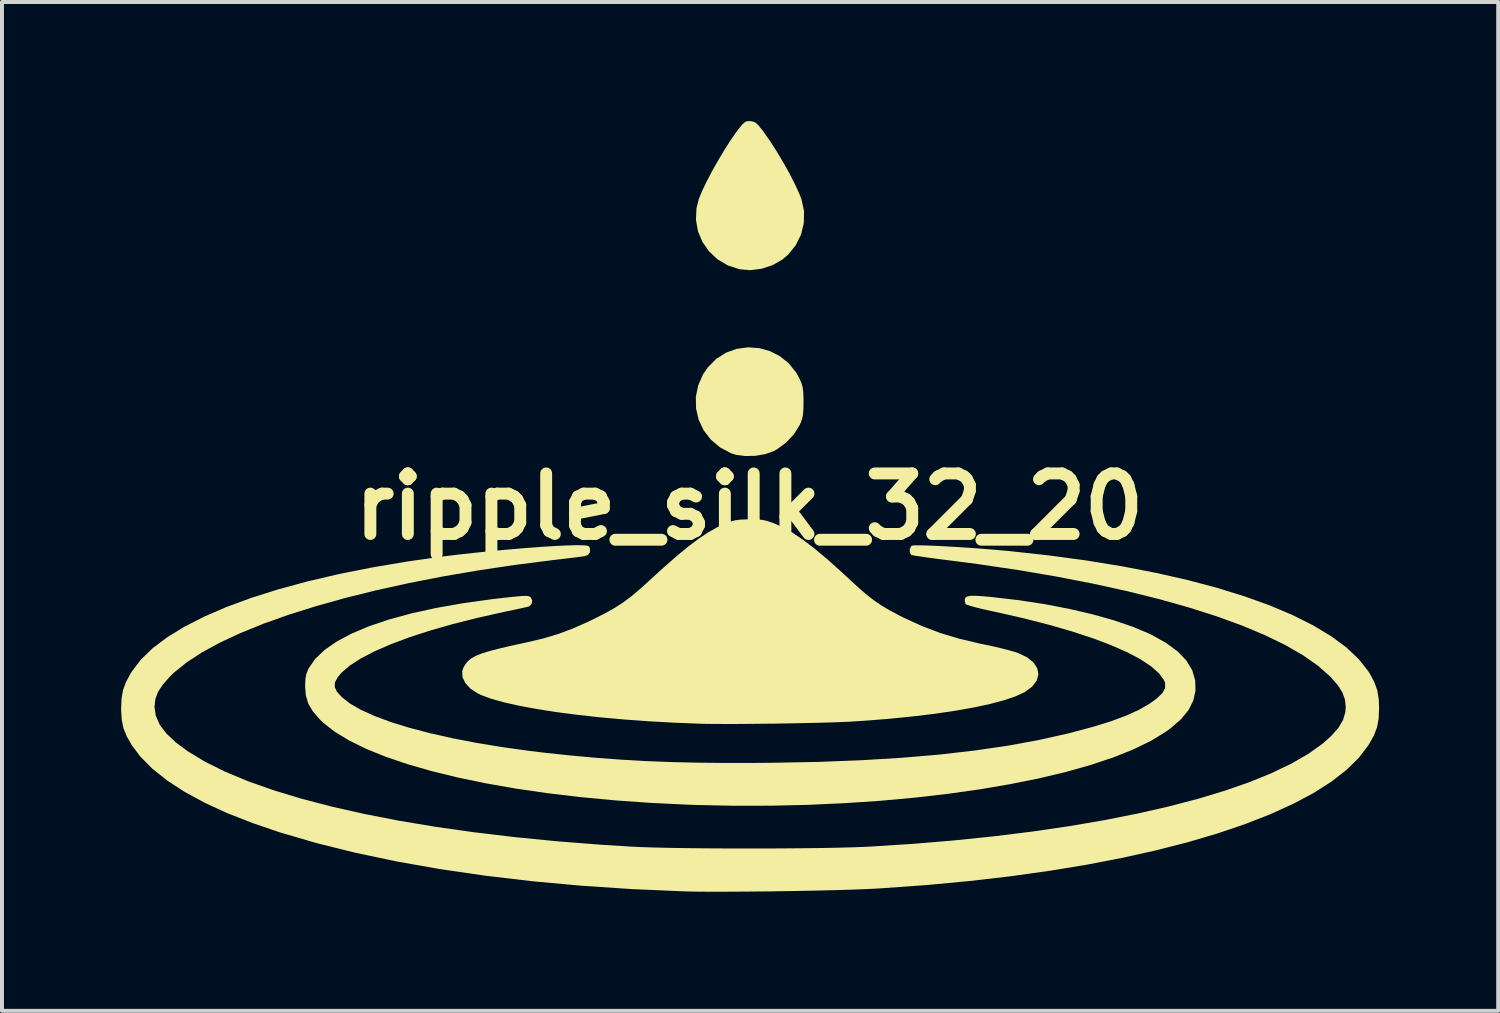
<source format=kicad_pcb>
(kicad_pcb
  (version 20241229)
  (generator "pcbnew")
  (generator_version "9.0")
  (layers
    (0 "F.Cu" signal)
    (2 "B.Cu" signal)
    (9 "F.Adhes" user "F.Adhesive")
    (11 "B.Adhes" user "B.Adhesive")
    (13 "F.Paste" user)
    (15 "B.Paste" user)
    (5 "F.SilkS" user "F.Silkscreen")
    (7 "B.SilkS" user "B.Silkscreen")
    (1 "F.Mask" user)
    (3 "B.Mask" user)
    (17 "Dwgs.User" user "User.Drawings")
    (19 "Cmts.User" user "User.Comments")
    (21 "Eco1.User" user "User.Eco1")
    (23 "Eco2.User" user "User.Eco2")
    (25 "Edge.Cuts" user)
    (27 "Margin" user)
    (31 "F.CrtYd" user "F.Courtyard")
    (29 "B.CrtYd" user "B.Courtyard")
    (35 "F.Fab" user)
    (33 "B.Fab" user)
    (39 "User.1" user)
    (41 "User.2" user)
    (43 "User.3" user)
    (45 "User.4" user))
  (footprint "ripple_silk_32_20"
    (layer "F.Cu")
    (at 15.819 9.706)
    (property "Reference" "ripple_silk_32_20" (at 0 0 0) (layer "F.SilkS") (effects (font (size 1.524 1.524) (thickness 0.3))))
    (attr board_only exclude_from_pos_files exclude_from_bom)
    (fp_poly (pts (xy 0.241 -3.991) (xy 0.514 -3.917) (xy 0.768 -3.788) (xy 0.993 -3.606) (xy 1.18 -3.373) (xy 1.264 -3.22) (xy 1.311 -3.109) (xy 1.341 -3.007) (xy 1.357 -2.89) (xy 1.363 -2.736) (xy 1.363 -2.633) (xy 1.361 -2.449) (xy 1.35 -2.315) (xy 1.328 -2.208) (xy 1.29 -2.106) (xy 1.267 -2.054) (xy 1.123 -1.823) (xy 0.926 -1.612) (xy 0.695 -1.442) (xy 0.607 -1.394) (xy 0.396 -1.32) (xy 0.151 -1.279) (xy -0.101 -1.273) (xy -0.334 -1.303) (xy -0.457 -1.341) (xy -0.739 -1.491) (xy -0.972 -1.688) (xy -1.152 -1.922) (xy -1.276 -2.185) (xy -1.342 -2.467) (xy -1.348 -2.758) (xy -1.29 -3.048) (xy -1.167 -3.329) (xy -1.046 -3.506) (xy -0.833 -3.721) (xy -0.587 -3.876) (xy -0.319 -3.972) (xy -0.04 -4.01)) (stroke (width 0) (type solid)) (fill yes) (layer "F.SilkS"))
    (fp_poly (pts (xy 0.03 -9.705) (xy 0.105 -9.691) (xy 0.169 -9.658) (xy 0.238 -9.59) (xy 0.329 -9.476) (xy 0.348 -9.45) (xy 0.515 -9.213) (xy 0.688 -8.944) (xy 0.859 -8.658) (xy 1.018 -8.372) (xy 1.155 -8.102) (xy 1.263 -7.865) (xy 1.313 -7.736) (xy 1.377 -7.439) (xy 1.371 -7.14) (xy 1.301 -6.85) (xy 1.168 -6.581) (xy 0.978 -6.346) (xy 0.831 -6.221) (xy 0.585 -6.08) (xy 0.308 -5.989) (xy 0.023 -5.953) (xy -0.246 -5.976) (xy -0.544 -6.073) (xy -0.802 -6.227) (xy -1.017 -6.428) (xy -1.183 -6.666) (xy -1.294 -6.933) (xy -1.345 -7.22) (xy -1.331 -7.517) (xy -1.273 -7.746) (xy -1.194 -7.939) (xy -1.081 -8.175) (xy -0.943 -8.439) (xy -0.787 -8.715) (xy -0.625 -8.987) (xy -0.464 -9.237) (xy -0.315 -9.451) (xy -0.258 -9.525) (xy -0.172 -9.629) (xy -0.108 -9.685) (xy -0.047 -9.706)) (stroke (width 0) (type solid)) (fill yes) (layer "F.SilkS"))
    (fp_poly (pts (xy 0.187 0.322) (xy 0.329 0.335) (xy 0.456 0.364) (xy 0.598 0.413) (xy 0.626 0.424) (xy 0.852 0.526) (xy 1.092 0.662) (xy 1.351 0.836) (xy 1.636 1.053) (xy 1.952 1.317) (xy 2.306 1.633) (xy 2.521 1.832) (xy 2.756 2.048) (xy 2.957 2.222) (xy 3.142 2.365) (xy 3.328 2.491) (xy 3.532 2.612) (xy 3.773 2.74) (xy 3.893 2.8) (xy 4.345 3.008) (xy 4.806 3.183) (xy 5.296 3.33) (xy 5.837 3.457) (xy 5.923 3.474) (xy 6.148 3.522) (xy 6.368 3.574) (xy 6.564 3.625) (xy 6.716 3.669) (xy 6.764 3.686) (xy 6.992 3.795) (xy 7.154 3.926) (xy 7.249 4.071) (xy 7.277 4.224) (xy 7.236 4.379) (xy 7.125 4.528) (xy 6.944 4.665) (xy 6.921 4.677) (xy 6.703 4.778) (xy 6.416 4.875) (xy 6.065 4.969) (xy 5.655 5.057) (xy 5.191 5.139) (xy 4.68 5.215) (xy 4.126 5.282) (xy 3.535 5.342) (xy 2.912 5.391) (xy 2.559 5.414) (xy 2.347 5.424) (xy 2.074 5.434) (xy 1.751 5.443) (xy 1.392 5.451) (xy 1.008 5.459) (xy 0.614 5.465) (xy 0.221 5.469) (xy -0.157 5.473) (xy -0.509 5.474) (xy -0.82 5.473) (xy -1.08 5.471) (xy -1.233 5.467) (xy -1.896 5.441) (xy -2.544 5.405) (xy -3.17 5.359) (xy -3.771 5.305) (xy -4.338 5.242) (xy -4.868 5.173) (xy -5.354 5.097) (xy -5.791 5.016) (xy -6.172 4.93) (xy -6.493 4.841) (xy -6.747 4.748) (xy -6.836 4.706) (xy -7.021 4.586) (xy -7.151 4.445) (xy -7.223 4.294) (xy -7.23 4.142) (xy -7.198 4.048) (xy -7.146 3.962) (xy -7.084 3.888) (xy -7.002 3.822) (xy -6.894 3.761) (xy -6.751 3.703) (xy -6.567 3.645) (xy -6.333 3.583) (xy -6.042 3.514) (xy -5.688 3.436) (xy -5.603 3.418) (xy -5.193 3.321) (xy -4.821 3.21) (xy -4.455 3.074) (xy -4.068 2.903) (xy -3.976 2.859) (xy -3.669 2.706) (xy -3.409 2.562) (xy -3.178 2.413) (xy -2.953 2.244) (xy -2.716 2.042) (xy -2.521 1.865) (xy -2.154 1.529) (xy -1.829 1.245) (xy -1.541 1.008) (xy -1.282 0.813) (xy -1.046 0.655) (xy -0.826 0.529) (xy -0.618 0.431) (xy -0.61 0.428) (xy -0.469 0.374) (xy -0.343 0.342) (xy -0.204 0.326) (xy -0.022 0.32) (xy 0 0.32)) (stroke (width 0) (type solid)) (fill yes) (layer "F.SilkS"))
    (fp_poly (pts (xy 5.886 2.257) (xy 6.107 2.278) (xy 6.778 2.356) (xy 7.427 2.455) (xy 8.047 2.574) (xy 8.629 2.709) (xy 9.164 2.859) (xy 9.644 3.022) (xy 10.06 3.196) (xy 10.134 3.232) (xy 10.497 3.435) (xy 10.787 3.65) (xy 11.004 3.877) (xy 11.15 4.119) (xy 11.226 4.376) (xy 11.233 4.634) (xy 11.178 4.884) (xy 11.059 5.121) (xy 10.871 5.351) (xy 10.613 5.577) (xy 10.478 5.675) (xy 10.107 5.901) (xy 9.666 6.115) (xy 9.16 6.317) (xy 8.593 6.506) (xy 7.969 6.682) (xy 7.294 6.843) (xy 6.572 6.988) (xy 5.806 7.119) (xy 5.002 7.232) (xy 4.163 7.329) (xy 3.294 7.408) (xy 2.4 7.468) (xy 1.485 7.51) (xy 0.553 7.531) (xy -0.391 7.533) (xy -1.344 7.513) (xy -1.569 7.505) (xy -2.496 7.46) (xy -3.395 7.396) (xy -4.262 7.314) (xy -5.095 7.215) (xy -5.889 7.099) (xy -6.641 6.967) (xy -7.347 6.82) (xy -8.005 6.659) (xy -8.61 6.485) (xy -9.16 6.298) (xy -9.651 6.099) (xy -10.078 5.889) (xy -10.44 5.67) (xy -10.732 5.44) (xy -10.815 5.36) (xy -10.989 5.159) (xy -11.103 4.969) (xy -11.166 4.768) (xy -11.186 4.538) (xy -11.186 4.52) (xy -11.179 4.344) (xy -11.155 4.212) (xy -11.108 4.095) (xy -11.096 4.071) (xy -10.933 3.835) (xy -10.697 3.61) (xy -10.392 3.398) (xy -10.019 3.199) (xy -9.581 3.014) (xy -9.079 2.845) (xy -8.517 2.691) (xy -7.896 2.554) (xy -7.218 2.434) (xy -6.485 2.332) (xy -6.29 2.309) (xy -6.039 2.281) (xy -5.851 2.262) (xy -5.717 2.251) (xy -5.625 2.248) (xy -5.566 2.254) (xy -5.529 2.267) (xy -5.505 2.286) (xy -5.467 2.367) (xy -5.483 2.453) (xy -5.545 2.513) (xy -5.558 2.517) (xy -5.616 2.531) (xy -5.732 2.557) (xy -5.892 2.592) (xy -6.082 2.632) (xy -6.182 2.653) (xy -6.849 2.802) (xy -7.471 2.959) (xy -8.044 3.123) (xy -8.565 3.292) (xy -9.029 3.466) (xy -9.435 3.643) (xy -9.779 3.821) (xy -10.057 4) (xy -10.266 4.178) (xy -10.37 4.303) (xy -10.435 4.427) (xy -10.441 4.541) (xy -10.386 4.659) (xy -10.266 4.794) (xy -10.258 4.801) (xy -10.052 4.962) (xy -9.776 5.12) (xy -9.433 5.275) (xy -9.028 5.425) (xy -8.565 5.568) (xy -8.049 5.704) (xy -7.482 5.832) (xy -6.871 5.95) (xy -6.217 6.057) (xy -5.527 6.153) (xy -5.136 6.2) (xy -4.491 6.268) (xy -3.865 6.325) (xy -3.247 6.371) (xy -2.624 6.407) (xy -1.984 6.432) (xy -1.314 6.448) (xy -0.601 6.455) (xy 0.167 6.454) (xy 0.616 6.45) (xy 1.758 6.428) (xy 2.83 6.386) (xy 3.838 6.325) (xy 4.785 6.244) (xy 5.674 6.142) (xy 6.51 6.02) (xy 7.295 5.876) (xy 8.035 5.71) (xy 8.666 5.542) (xy 9.113 5.403) (xy 9.493 5.261) (xy 9.813 5.115) (xy 10.082 4.959) (xy 10.257 4.833) (xy 10.398 4.697) (xy 10.468 4.569) (xy 10.468 4.442) (xy 10.442 4.373) (xy 10.315 4.199) (xy 10.117 4.023) (xy 9.849 3.845) (xy 9.514 3.668) (xy 9.115 3.492) (xy 8.654 3.317) (xy 8.133 3.146) (xy 7.556 2.979) (xy 6.924 2.817) (xy 6.241 2.661) (xy 6.108 2.633) (xy 5.899 2.587) (xy 5.716 2.542) (xy 5.571 2.503) (xy 5.476 2.471) (xy 5.445 2.454) (xy 5.425 2.381) (xy 5.425 2.335) (xy 5.443 2.291) (xy 5.488 2.262) (xy 5.571 2.247) (xy 5.701 2.246)) (stroke (width 0) (type solid)) (fill yes) (layer "F.SilkS"))
    (fp_poly (pts (xy -4.178 0.974) (xy -4.088 0.983) (xy -4.04 1.003) (xy -4.018 1.038) (xy -4.017 1.041) (xy -4.012 1.148) (xy -4.072 1.221) (xy -4.159 1.25) (xy -4.234 1.26) (xy -4.369 1.278) (xy -4.548 1.3) (xy -4.757 1.325) (xy -4.931 1.345) (xy -5.891 1.467) (xy -6.822 1.606) (xy -7.721 1.76) (xy -8.583 1.928) (xy -9.407 2.11) (xy -10.187 2.304) (xy -10.921 2.51) (xy -11.606 2.725) (xy -12.238 2.95) (xy -12.814 3.184) (xy -13.329 3.424) (xy -13.782 3.67) (xy -14.168 3.922) (xy -14.485 4.178) (xy -14.592 4.282) (xy -14.77 4.484) (xy -14.889 4.665) (xy -14.956 4.841) (xy -14.978 5.026) (xy -14.979 5.043) (xy -14.946 5.268) (xy -14.848 5.491) (xy -14.681 5.712) (xy -14.445 5.936) (xy -14.145 6.158) (xy -13.711 6.421) (xy -13.206 6.673) (xy -12.632 6.912) (xy -11.992 7.139) (xy -11.29 7.352) (xy -10.527 7.552) (xy -9.706 7.737) (xy -8.831 7.908) (xy -7.903 8.063) (xy -6.927 8.201) (xy -5.903 8.323) (xy -4.836 8.428) (xy -3.727 8.515) (xy -3.007 8.56) (xy -2.733 8.573) (xy -2.394 8.584) (xy -2.002 8.593) (xy -1.565 8.6) (xy -1.095 8.605) (xy -0.602 8.608) (xy -0.096 8.609) (xy 0.412 8.609) (xy 0.913 8.606) (xy 1.396 8.602) (xy 1.851 8.596) (xy 2.267 8.588) (xy 2.634 8.578) (xy 2.942 8.566) (xy 3.044 8.561) (xy 4.12 8.492) (xy 5.162 8.405) (xy 6.169 8.301) (xy 7.137 8.181) (xy 8.063 8.045) (xy 8.946 7.894) (xy 9.781 7.728) (xy 10.567 7.549) (xy 11.3 7.357) (xy 11.977 7.152) (xy 12.597 6.936) (xy 13.155 6.709) (xy 13.649 6.471) (xy 14.077 6.224) (xy 14.435 5.968) (xy 14.646 5.781) (xy 14.83 5.574) (xy 14.948 5.375) (xy 15.007 5.172) (xy 15.016 5.043) (xy 14.996 4.855) (xy 14.932 4.678) (xy 14.817 4.497) (xy 14.643 4.298) (xy 14.621 4.275) (xy 14.316 4.006) (xy 13.939 3.742) (xy 13.493 3.485) (xy 12.979 3.236) (xy 12.402 2.994) (xy 11.763 2.762) (xy 11.064 2.539) (xy 10.309 2.327) (xy 9.499 2.126) (xy 8.639 1.937) (xy 7.729 1.761) (xy 6.772 1.598) (xy 5.772 1.45) (xy 4.98 1.347) (xy 4.733 1.316) (xy 4.509 1.286) (xy 4.321 1.259) (xy 4.179 1.237) (xy 4.094 1.221) (xy 4.074 1.216) (xy 4.039 1.156) (xy 4.039 1.072) (xy 4.072 1) (xy 4.098 0.982) (xy 4.158 0.975) (xy 4.282 0.975) (xy 4.462 0.979) (xy 4.685 0.988) (xy 4.944 1.001) (xy 5.228 1.018) (xy 5.527 1.037) (xy 5.831 1.059) (xy 6.131 1.083) (xy 6.416 1.108) (xy 6.537 1.119) (xy 7.531 1.228) (xy 8.48 1.356) (xy 9.382 1.503) (xy 10.236 1.668) (xy 11.038 1.85) (xy 11.787 2.049) (xy 12.48 2.264) (xy 13.115 2.493) (xy 13.69 2.737) (xy 14.202 2.994) (xy 14.65 3.264) (xy 15.031 3.546) (xy 15.342 3.839) (xy 15.582 4.143) (xy 15.62 4.202) (xy 15.737 4.42) (xy 15.811 4.629) (xy 15.848 4.855) (xy 15.856 5.08) (xy 15.845 5.339) (xy 15.805 5.555) (xy 15.728 5.759) (xy 15.605 5.98) (xy 15.586 6.01) (xy 15.346 6.325) (xy 15.035 6.631) (xy 14.654 6.926) (xy 14.207 7.211) (xy 13.694 7.484) (xy 13.12 7.745) (xy 12.486 7.993) (xy 11.795 8.228) (xy 11.049 8.448) (xy 10.25 8.653) (xy 9.401 8.842) (xy 8.505 9.015) (xy 7.563 9.17) (xy 6.579 9.308) (xy 5.554 9.427) (xy 4.491 9.527) (xy 3.393 9.606) (xy 3.175 9.62) (xy 2.923 9.632) (xy 2.609 9.644) (xy 2.245 9.655) (xy 1.842 9.665) (xy 1.412 9.674) (xy 0.966 9.682) (xy 0.515 9.689) (xy 0.071 9.693) (xy -0.355 9.696) (xy -0.751 9.698) (xy -1.105 9.697) (xy -1.406 9.694) (xy -1.625 9.689) (xy -2.942 9.632) (xy -4.222 9.547) (xy -5.462 9.434) (xy -6.657 9.293) (xy -7.803 9.126) (xy -8.897 8.932) (xy -9.935 8.713) (xy -10.913 8.469) (xy -11.827 8.201) (xy -12.508 7.969) (xy -13.142 7.721) (xy -13.714 7.458) (xy -14.222 7.182) (xy -14.663 6.895) (xy -15.036 6.597) (xy -15.339 6.291) (xy -15.549 6.01) (xy -15.678 5.785) (xy -15.76 5.581) (xy -15.804 5.367) (xy -15.819 5.115) (xy -15.819 5.08) (xy -15.808 4.83) (xy -15.772 4.621) (xy -15.7 4.424) (xy -15.585 4.211) (xy -15.545 4.146) (xy -15.321 3.852) (xy -15.025 3.566) (xy -14.659 3.29) (xy -14.226 3.025) (xy -13.728 2.771) (xy -13.168 2.529) (xy -12.547 2.3) (xy -11.869 2.086) (xy -11.136 1.886) (xy -10.35 1.702) (xy -9.513 1.535) (xy -8.628 1.385) (xy -7.697 1.253) (xy -7.695 1.253) (xy -7.309 1.206) (xy -6.898 1.161) (xy -6.475 1.118) (xy -6.052 1.079) (xy -5.64 1.044) (xy -5.253 1.015) (xy -4.901 0.993) (xy -4.598 0.978) (xy -4.355 0.972) (xy -4.326 0.972)) (stroke (width 0) (type solid)) (fill yes) (layer "F.SilkS")))
  (gr_rect
    (start -3 -3)
    (end 34.675 22.403)
    (stroke (width 0.1) (type default))
    (fill no)
    (layer "Edge.Cuts")))
</source>
